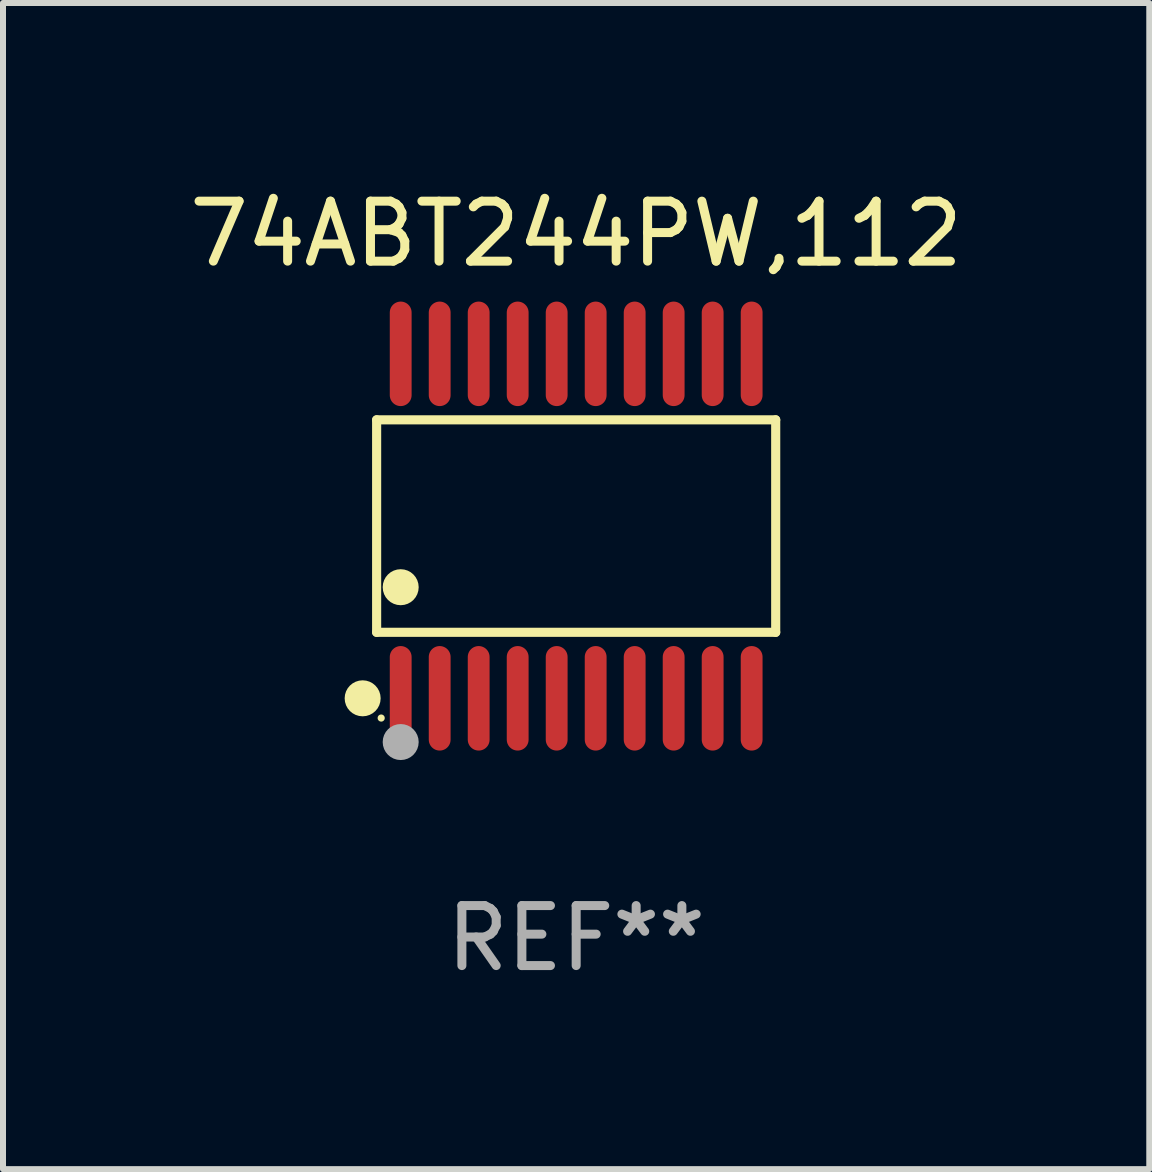
<source format=kicad_pcb>
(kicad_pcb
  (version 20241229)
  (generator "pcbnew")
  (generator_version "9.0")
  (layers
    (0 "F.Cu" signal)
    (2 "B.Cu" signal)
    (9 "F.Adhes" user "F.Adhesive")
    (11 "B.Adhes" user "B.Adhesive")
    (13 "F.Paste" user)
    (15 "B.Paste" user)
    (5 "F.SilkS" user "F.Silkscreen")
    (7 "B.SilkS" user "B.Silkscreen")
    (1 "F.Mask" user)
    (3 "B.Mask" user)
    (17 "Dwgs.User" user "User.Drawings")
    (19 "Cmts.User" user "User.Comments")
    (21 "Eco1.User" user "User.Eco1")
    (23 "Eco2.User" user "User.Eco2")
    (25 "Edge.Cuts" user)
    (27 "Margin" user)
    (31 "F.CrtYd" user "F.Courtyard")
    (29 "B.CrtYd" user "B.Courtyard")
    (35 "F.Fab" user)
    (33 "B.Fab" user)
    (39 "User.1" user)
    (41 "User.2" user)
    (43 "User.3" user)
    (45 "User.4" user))
  (footprint "74ABT244PW,112"
    (layer "F.Cu")
    (at 6.554 5.719)
    (property "Reference" "74ABT244PW,112" (at 0 -4.871 0) (layer "F.SilkS") (effects (font (size 1 1) (thickness 0.15))))
    (attr through_hole)
    (fp_line (start -3.326 -1.771) (end 3.326 -1.771) (stroke (width 0.152) (type solid)) (layer "F.SilkS"))
    (fp_line (start -3.326 1.771) (end -3.326 -1.771) (stroke (width 0.152) (type solid)) (layer "F.SilkS"))
    (fp_line (start 3.326 -1.771) (end 3.326 1.771) (stroke (width 0.152) (type solid)) (layer "F.SilkS"))
    (fp_line (start 3.326 1.771) (end -3.326 1.771) (stroke (width 0.152) (type solid)) (layer "F.SilkS"))
    (fp_circle (center -3.559 2.871) (end -3.409 2.871) (stroke (width 0.3) (type solid)) (fill no) (layer "F.SilkS"))
    (fp_circle (center -3.25 3.2) (end -3.22 3.2) (stroke (width 0.06) (type solid)) (fill no) (layer "F.SilkS"))
    (fp_circle (center -2.925 1.019) (end -2.775 1.019) (stroke (width 0.3) (type solid)) (fill no) (layer "F.SilkS"))
    (fp_circle (center -2.925 3.6) (end -2.775 3.6) (stroke (width 0.3) (type solid)) (fill no) (layer "F.Fab"))
    (fp_text user "REF**" (at 0 6.871 0) (layer "F.Fab") (effects (font (size 1 1) (thickness 0.15))))
    (pad "1" smd oval (at -2.925 2.871) (size 0.364 1.742) (layers "F.Cu" "F.Mask" "F.Paste"))
    (pad "2" smd oval (at -2.275 2.871) (size 0.364 1.742) (layers "F.Cu" "F.Mask" "F.Paste"))
    (pad "3" smd oval (at -1.625 2.871) (size 0.364 1.742) (layers "F.Cu" "F.Mask" "F.Paste"))
    (pad "4" smd oval (at -0.975 2.871) (size 0.364 1.742) (layers "F.Cu" "F.Mask" "F.Paste"))
    (pad "5" smd oval (at -0.325 2.871) (size 0.364 1.742) (layers "F.Cu" "F.Mask" "F.Paste"))
    (pad "6" smd oval (at 0.325 2.871) (size 0.364 1.742) (layers "F.Cu" "F.Mask" "F.Paste"))
    (pad "7" smd oval (at 0.975 2.871) (size 0.364 1.742) (layers "F.Cu" "F.Mask" "F.Paste"))
    (pad "8" smd oval (at 1.625 2.871) (size 0.364 1.742) (layers "F.Cu" "F.Mask" "F.Paste"))
    (pad "9" smd oval (at 2.275 2.871) (size 0.364 1.742) (layers "F.Cu" "F.Mask" "F.Paste"))
    (pad "10" smd oval (at 2.925 2.871) (size 0.364 1.742) (layers "F.Cu" "F.Mask" "F.Paste"))
    (pad "11" smd oval (at 2.925 -2.871) (size 0.364 1.742) (layers "F.Cu" "F.Mask" "F.Paste"))
    (pad "12" smd oval (at 2.275 -2.871) (size 0.364 1.742) (layers "F.Cu" "F.Mask" "F.Paste"))
    (pad "13" smd oval (at 1.625 -2.871) (size 0.364 1.742) (layers "F.Cu" "F.Mask" "F.Paste"))
    (pad "14" smd oval (at 0.975 -2.871) (size 0.364 1.742) (layers "F.Cu" "F.Mask" "F.Paste"))
    (pad "15" smd oval (at 0.325 -2.871) (size 0.364 1.742) (layers "F.Cu" "F.Mask" "F.Paste"))
    (pad "16" smd oval (at -0.325 -2.871) (size 0.364 1.742) (layers "F.Cu" "F.Mask" "F.Paste"))
    (pad "17" smd oval (at -0.975 -2.871) (size 0.364 1.742) (layers "F.Cu" "F.Mask" "F.Paste"))
    (pad "18" smd oval (at -1.625 -2.871) (size 0.364 1.742) (layers "F.Cu" "F.Mask" "F.Paste"))
    (pad "19" smd oval (at -2.275 -2.871) (size 0.364 1.742) (layers "F.Cu" "F.Mask" "F.Paste"))
    (pad "20" smd oval (at -2.925 -2.871) (size 0.364 1.742) (layers "F.Cu" "F.Mask" "F.Paste")))
  (gr_rect
    (start -3 -3)
    (end 16.107 16.438)
    (stroke (width 0.1) (type default))
    (fill no)
    (layer "Edge.Cuts")))
</source>
